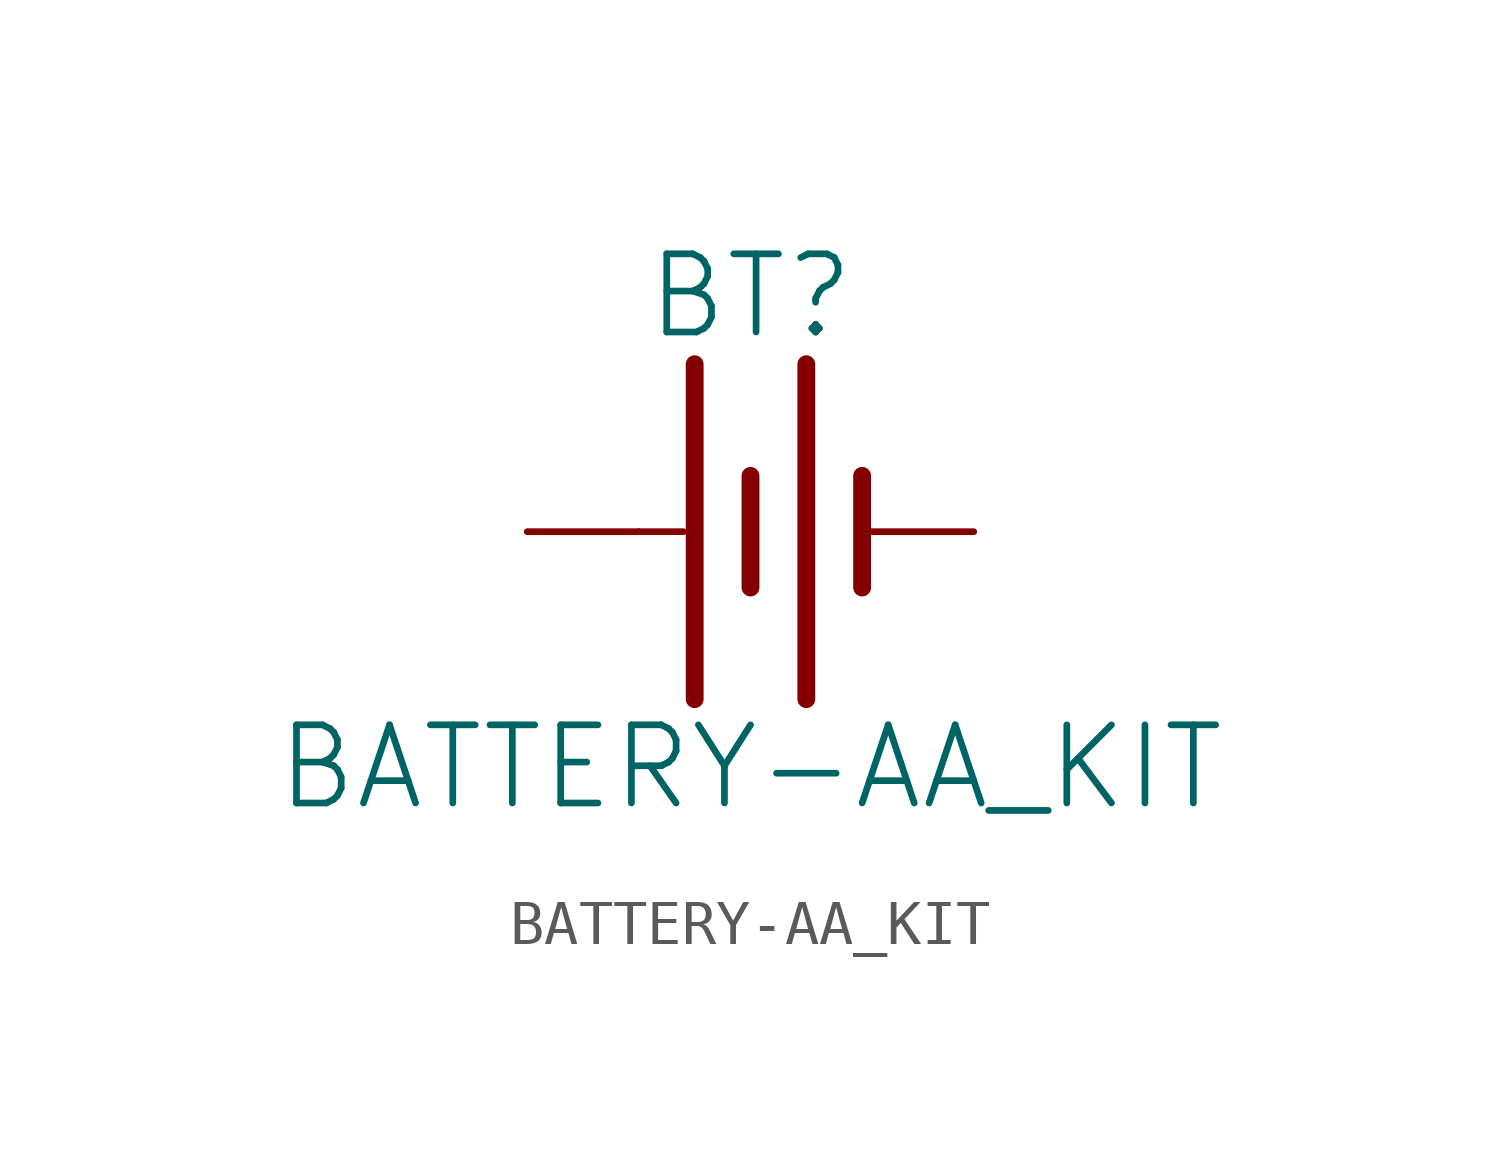
<source format=kicad_sym>
(kicad_symbol_lib
  (version 20211014)
  (generator kicad_symbol_editor)
  (symbol "BATTERY-AA_KIT"
    (property "Reference" "BT"
      (at 0 4.318 0)
      (effects (font (size 1.778 1.778)) (justify bottom)))
    (property "Value" "BATTERY-AA_KIT"
      (at 0 -4.318 0)
      (effects (font (size 1.778 1.778)) (justify top)))
    (property "ki_locked" ""
      (at 0 0 0)
      (effects (font (size 1.27 1.27))))
    (symbol "BATTERY-AA_KIT_1_0"
      (polyline (pts (xy -2.54 0) (xy -1.524 0)) (stroke (width 0.152) (type default) (color 0 0 0 0)) (fill (type none)))
      (polyline (pts (xy -1.27 3.81) (xy -1.27 -3.81)) (stroke (width 0.406) (type default) (color 0 0 0 0)) (fill (type none)))
      (polyline (pts (xy 0 1.27) (xy 0 -1.27)) (stroke (width 0.406) (type default) (color 0 0 0 0)) (fill (type none)))
      (polyline (pts (xy 1.27 3.81) (xy 1.27 -3.81)) (stroke (width 0.406) (type default) (color 0 0 0 0)) (fill (type none)))
      (polyline (pts (xy 2.54 1.27) (xy 2.54 -1.27)) (stroke (width 0.406) (type default) (color 0 0 0 0)) (fill (type none)))
      (pin power_in line (at 5.08 0 180) (length 2.54) (name "-" (effects (font (size 0 0)))) (number "GND@1" (effects (font (size 0 0)))))
      (pin power_in line (at -5.08 0 0) (length 2.54) (name "+" (effects (font (size 0 0)))) (number "PWR@1" (effects (font (size 0 0))))))))
</source>
